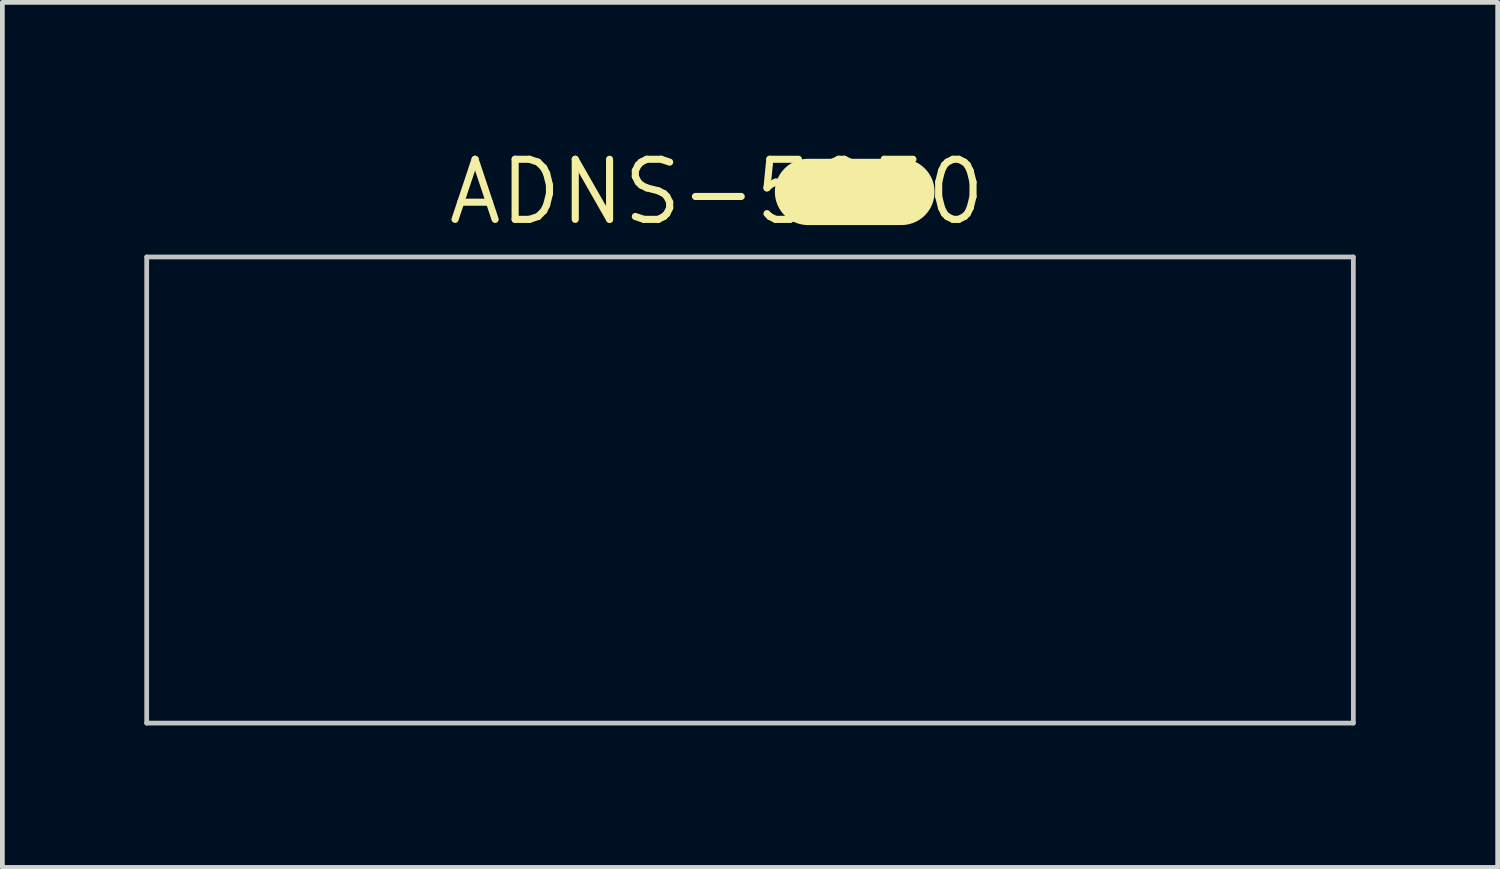
<source format=kicad_pcb>
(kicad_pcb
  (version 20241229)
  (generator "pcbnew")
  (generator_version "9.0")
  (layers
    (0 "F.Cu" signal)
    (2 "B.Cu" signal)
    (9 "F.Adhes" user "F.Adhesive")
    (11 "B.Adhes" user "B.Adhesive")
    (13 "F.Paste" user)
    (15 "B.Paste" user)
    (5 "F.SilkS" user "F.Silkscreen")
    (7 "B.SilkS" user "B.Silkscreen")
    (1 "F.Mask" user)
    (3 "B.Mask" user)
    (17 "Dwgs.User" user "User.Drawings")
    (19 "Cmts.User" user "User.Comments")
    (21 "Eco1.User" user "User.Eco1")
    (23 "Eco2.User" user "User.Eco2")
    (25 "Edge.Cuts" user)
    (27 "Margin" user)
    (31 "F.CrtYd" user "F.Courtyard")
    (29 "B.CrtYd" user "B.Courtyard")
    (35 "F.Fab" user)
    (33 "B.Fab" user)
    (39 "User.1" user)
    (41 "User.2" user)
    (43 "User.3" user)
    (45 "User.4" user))
  (footprint "ADNS-5050"
    (layer "F.Cu")
    (at 12.1 1.006)
    (property "Reference" "ADNS-5050" (at 0 0 0) (layer "F.SilkS") (effects (font (size 1.27 1.27) (thickness 0.15))))
    (attr through_hole)
    (fp_line (start 1.925 0) (end 3.9 0) (stroke (width 1.4) (type solid)) (layer "F.SilkS"))
    (fp_line (start -12.05 1.375) (end 13.45 1.375) (stroke (width 0.1) (type solid)) (layer "Dwgs.User"))
    (fp_line (start -12.05 11.225) (end -12.05 1.375) (stroke (width 0.1) (type solid)) (layer "Dwgs.User"))
    (fp_line (start -12.05 11.225) (end 13.45 11.225) (stroke (width 0.1) (type solid)) (layer "Dwgs.User"))
    (fp_line (start 13.45 11.225) (end 13.45 1.375) (stroke (width 0.1) (type solid)) (layer "Dwgs.User")))
  (gr_rect
    (start -3 -3)
    (end 28.6 15.281)
    (stroke (width 0.1) (type default))
    (fill no)
    (layer "Edge.Cuts")))
</source>
